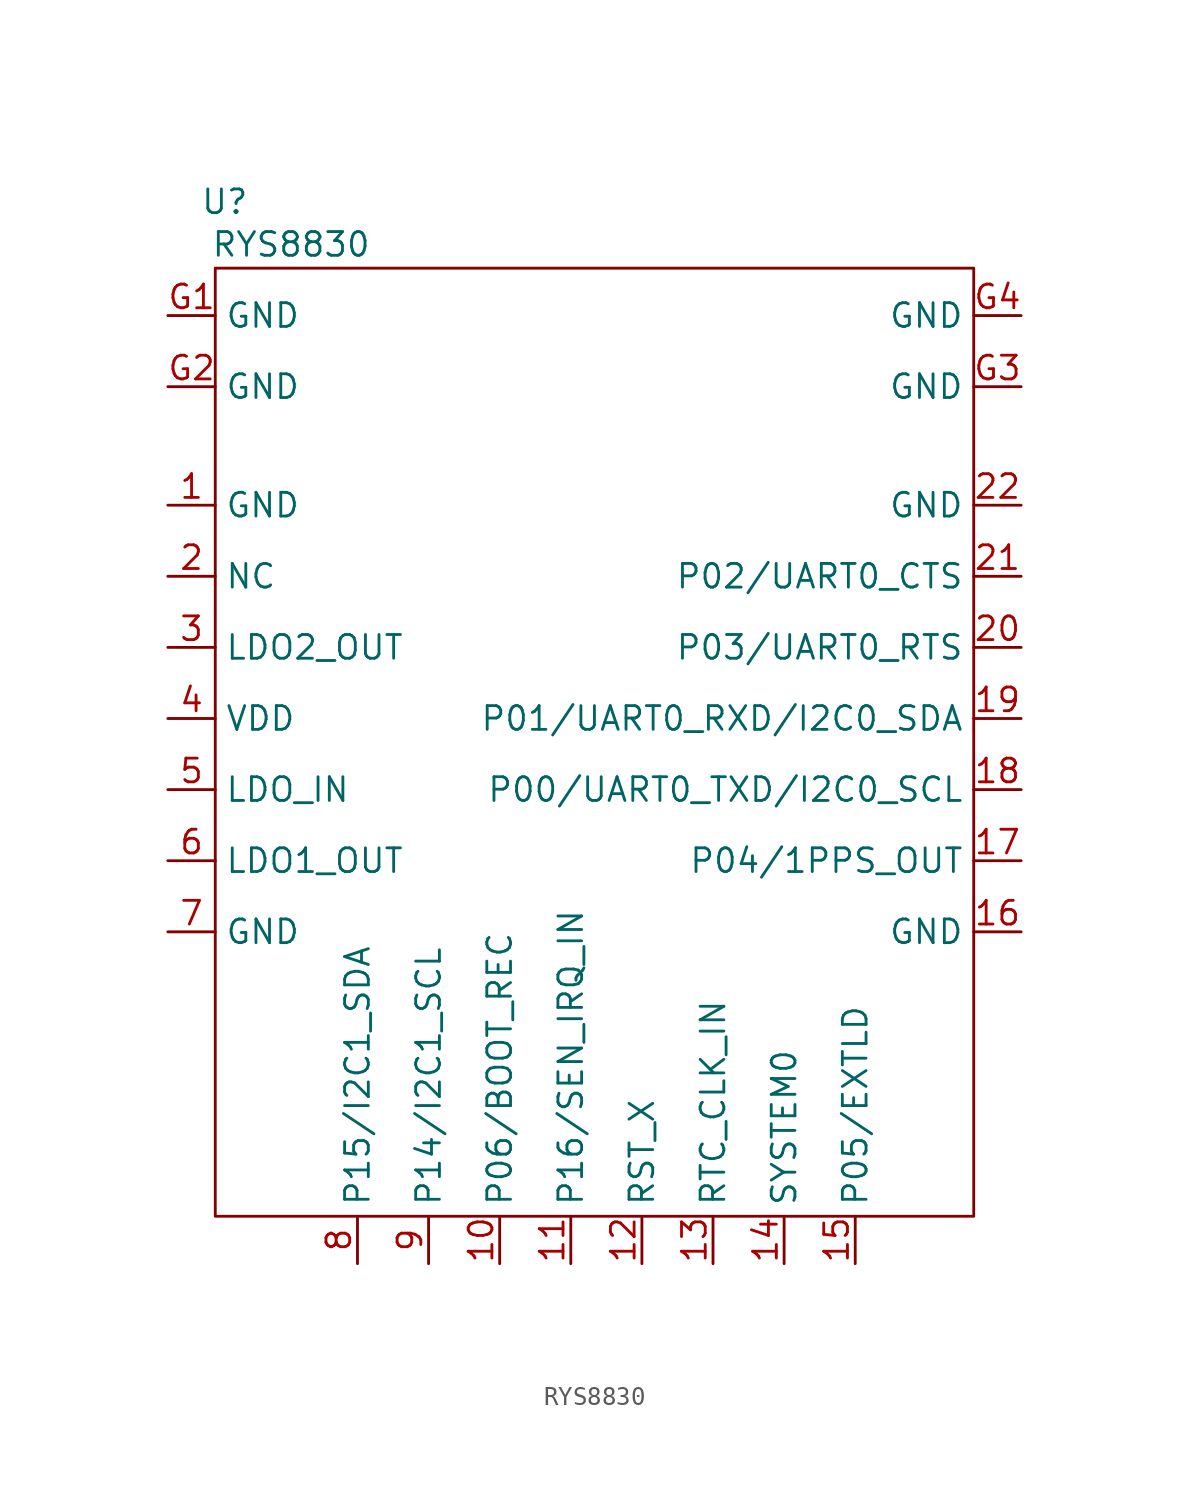
<source format=kicad_sym>
(kicad_symbol_lib
  (version 20241209)
  (generator "kicad_symbol_editor")
  (generator_version "9.0")
  (symbol "RYS8830"
    (property "Reference" "U"
      (at 0.508 3.556 0)
      (effects (font (size 1.27 1.27))))
    (property "Value" "RYS8830"
      (at 4.064 1.27 0)
      (effects (font (size 1.27 1.27))))
    (symbol "RYS8830_0_1"
      (rectangle (start 0 0) (end 40.64 -50.8) (stroke (width 0) (type default)) (fill (type none))))
    (symbol "RYS8830_1_1"
      (pin power_in line (at -2.54 -2.54 0) (length 2.54) (name "GND" (effects (font (size 1.27 1.27)))) (number "G1" (effects (font (size 1.27 1.27)))))
      (pin power_in line (at -2.54 -6.35 0) (length 2.54) (name "GND" (effects (font (size 1.27 1.27)))) (number "G2" (effects (font (size 1.27 1.27)))))
      (pin passive line (at -2.54 -12.7 0) (length 2.54) (name "GND" (effects (font (size 1.27 1.27)))) (number "1" (effects (font (size 1.27 1.27)))))
      (pin passive line (at -2.54 -16.51 0) (length 2.54) (name "NC" (effects (font (size 1.27 1.27)))) (number "2" (effects (font (size 1.27 1.27)))))
      (pin passive line (at -2.54 -20.32 0) (length 2.54) (name "LDO2_OUT" (effects (font (size 1.27 1.27)))) (number "3" (effects (font (size 1.27 1.27)))))
      (pin power_out line (at -2.54 -24.13 0) (length 2.54) (name "VDD" (effects (font (size 1.27 1.27)))) (number "4" (effects (font (size 1.27 1.27)))))
      (pin power_in line (at -2.54 -27.94 0) (length 2.54) (name "LDO_IN" (effects (font (size 1.27 1.27)))) (number "5" (effects (font (size 1.27 1.27)))))
      (pin power_out line (at -2.54 -31.75 0) (length 2.54) (name "LDO1_OUT" (effects (font (size 1.27 1.27)))) (number "6" (effects (font (size 1.27 1.27)))))
      (pin power_in line (at -2.54 -35.56 0) (length 2.54) (name "GND" (effects (font (size 1.27 1.27)))) (number "7" (effects (font (size 1.27 1.27)))))
      (pin passive line (at 7.62 -53.34 90) (length 2.54) (name "P15/I2C1_SDA" (effects (font (size 1.27 1.27)))) (number "8" (effects (font (size 1.27 1.27)))))
      (pin passive line (at 11.43 -53.34 90) (length 2.54) (name "P14/I2C1_SCL" (effects (font (size 1.27 1.27)))) (number "9" (effects (font (size 1.27 1.27)))))
      (pin passive line (at 15.24 -53.34 90) (length 2.54) (name "P06/BOOT_REC" (effects (font (size 1.27 1.27)))) (number "10" (effects (font (size 1.27 1.27)))))
      (pin passive line (at 19.05 -53.34 90) (length 2.54) (name "P16/SEN_IRQ_IN" (effects (font (size 1.27 1.27)))) (number "11" (effects (font (size 1.27 1.27)))))
      (pin passive line (at 22.86 -53.34 90) (length 2.54) (name "RST_X" (effects (font (size 1.27 1.27)))) (number "12" (effects (font (size 1.27 1.27)))))
      (pin passive line (at 26.67 -53.34 90) (length 2.54) (name "RTC_CLK_IN" (effects (font (size 1.27 1.27)))) (number "13" (effects (font (size 1.27 1.27)))))
      (pin passive line (at 30.48 -53.34 90) (length 2.54) (name "SYSTEM0" (effects (font (size 1.27 1.27)))) (number "14" (effects (font (size 1.27 1.27)))))
      (pin passive line (at 34.29 -53.34 90) (length 2.54) (name "P05/EXTLD" (effects (font (size 1.27 1.27)))) (number "15" (effects (font (size 1.27 1.27)))))
      (pin power_in line (at 43.18 -2.54 180) (length 2.54) (name "GND" (effects (font (size 1.27 1.27)))) (number "G4" (effects (font (size 1.27 1.27)))))
      (pin power_in line (at 43.18 -6.35 180) (length 2.54) (name "GND" (effects (font (size 1.27 1.27)))) (number "G3" (effects (font (size 1.27 1.27)))))
      (pin power_in line (at 43.18 -12.7 180) (length 2.54) (name "GND" (effects (font (size 1.27 1.27)))) (number "22" (effects (font (size 1.27 1.27)))))
      (pin passive line (at 43.18 -16.51 180) (length 2.54) (name "P02/UART0_CTS" (effects (font (size 1.27 1.27)))) (number "21" (effects (font (size 1.27 1.27)))))
      (pin passive line (at 43.18 -20.32 180) (length 2.54) (name "P03/UART0_RTS" (effects (font (size 1.27 1.27)))) (number "20" (effects (font (size 1.27 1.27)))))
      (pin passive line (at 43.18 -24.13 180) (length 2.54) (name "P01/UART0_RXD/I2C0_SDA" (effects (font (size 1.27 1.27)))) (number "19" (effects (font (size 1.27 1.27)))))
      (pin passive line (at 43.18 -27.94 180) (length 2.54) (name "P00/UART0_TXD/I2C0_SCL" (effects (font (size 1.27 1.27)))) (number "18" (effects (font (size 1.27 1.27)))))
      (pin passive line (at 43.18 -31.75 180) (length 2.54) (name "P04/1PPS_OUT" (effects (font (size 1.27 1.27)))) (number "17" (effects (font (size 1.27 1.27)))))
      (pin power_in line (at 43.18 -35.56 180) (length 2.54) (name "GND" (effects (font (size 1.27 1.27)))) (number "16" (effects (font (size 1.27 1.27))))))))
</source>
